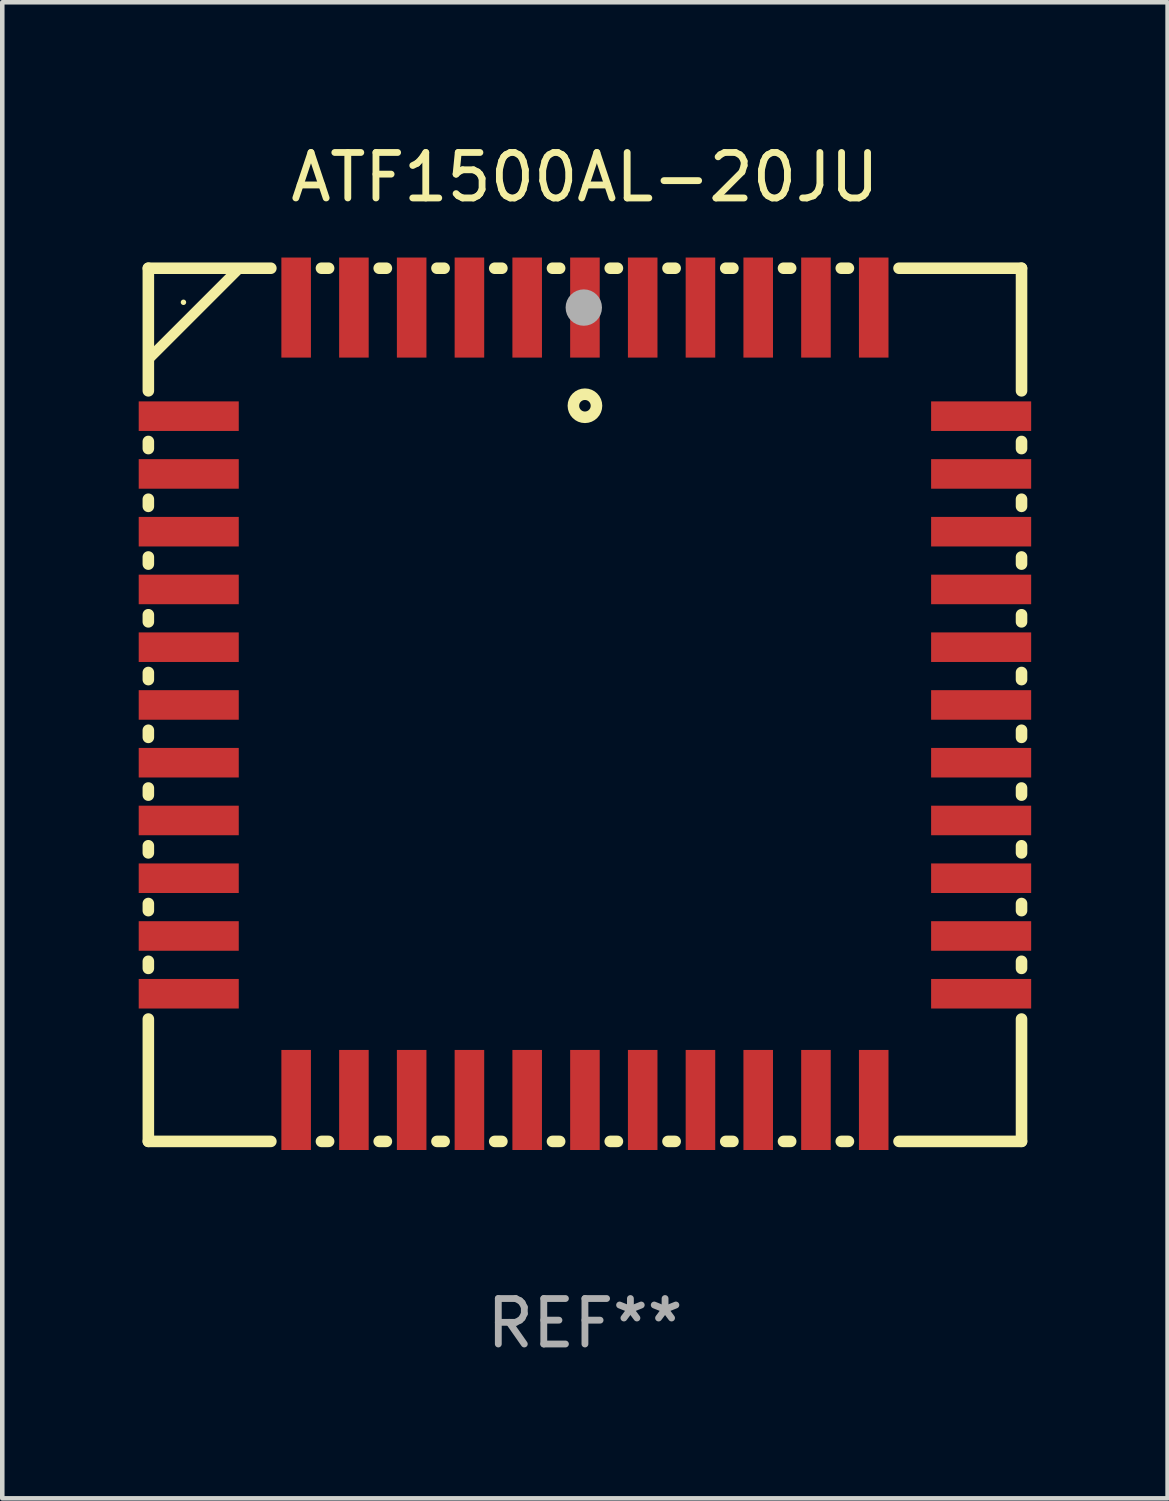
<source format=kicad_pcb>
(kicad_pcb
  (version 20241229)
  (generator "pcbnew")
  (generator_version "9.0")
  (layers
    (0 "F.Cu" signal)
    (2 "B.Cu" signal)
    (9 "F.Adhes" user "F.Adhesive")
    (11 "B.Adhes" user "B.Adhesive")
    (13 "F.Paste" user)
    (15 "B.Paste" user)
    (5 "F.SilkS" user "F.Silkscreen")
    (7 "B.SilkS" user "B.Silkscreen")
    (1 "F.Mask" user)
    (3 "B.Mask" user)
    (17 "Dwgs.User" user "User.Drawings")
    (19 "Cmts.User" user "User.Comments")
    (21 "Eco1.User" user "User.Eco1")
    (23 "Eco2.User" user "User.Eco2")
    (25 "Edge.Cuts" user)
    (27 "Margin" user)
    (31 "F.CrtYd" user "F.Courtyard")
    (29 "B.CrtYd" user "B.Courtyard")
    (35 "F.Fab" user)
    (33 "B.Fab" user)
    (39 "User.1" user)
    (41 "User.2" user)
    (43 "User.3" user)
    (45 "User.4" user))
  (footprint "ATF1500AL-20JU"
    (layer "F.Cu")
    (at 9.812 12.448)
    (property "Reference" "ATF1500AL-20JU" (at 0 -11.6 0) (layer "F.SilkS") (effects (font (size 1 1) (thickness 0.15))))
    (attr through_hole)
    (fp_line (start -9.6 -9.6) (end -6.906 -9.6) (stroke (width 0.254) (type solid)) (layer "F.SilkS"))
    (fp_line (start -9.6 -6.904) (end -9.6 -9.6) (stroke (width 0.254) (type solid)) (layer "F.SilkS"))
    (fp_line (start -9.6 -5.634) (end -9.6 -5.791) (stroke (width 0.254) (type solid)) (layer "F.SilkS"))
    (fp_line (start -9.6 -4.364) (end -9.6 -4.521) (stroke (width 0.254) (type solid)) (layer "F.SilkS"))
    (fp_line (start -9.6 -3.094) (end -9.6 -3.251) (stroke (width 0.254) (type solid)) (layer "F.SilkS"))
    (fp_line (start -9.6 -1.824) (end -9.6 -1.981) (stroke (width 0.254) (type solid)) (layer "F.SilkS"))
    (fp_line (start -9.6 -0.554) (end -9.6 -0.711) (stroke (width 0.254) (type solid)) (layer "F.SilkS"))
    (fp_line (start -9.6 0.716) (end -9.6 0.559) (stroke (width 0.254) (type solid)) (layer "F.SilkS"))
    (fp_line (start -9.6 1.986) (end -9.6 1.829) (stroke (width 0.254) (type solid)) (layer "F.SilkS"))
    (fp_line (start -9.6 3.256) (end -9.6 3.099) (stroke (width 0.254) (type solid)) (layer "F.SilkS"))
    (fp_line (start -9.6 4.526) (end -9.6 4.369) (stroke (width 0.254) (type solid)) (layer "F.SilkS"))
    (fp_line (start -9.6 5.796) (end -9.6 5.639) (stroke (width 0.254) (type solid)) (layer "F.SilkS"))
    (fp_line (start -9.6 9.6) (end -9.6 6.909) (stroke (width 0.254) (type solid)) (layer "F.SilkS"))
    (fp_line (start -7.6 -9.6) (end -9.6 -7.6) (stroke (width 0.229) (type solid)) (layer "F.SilkS"))
    (fp_line (start -6.906 9.6) (end -9.6 9.6) (stroke (width 0.254) (type solid)) (layer "F.SilkS"))
    (fp_line (start -5.794 -9.6) (end -5.636 -9.6) (stroke (width 0.254) (type solid)) (layer "F.SilkS"))
    (fp_line (start -5.636 9.6) (end -5.794 9.6) (stroke (width 0.254) (type solid)) (layer "F.SilkS"))
    (fp_line (start -4.524 -9.6) (end -4.366 -9.6) (stroke (width 0.254) (type solid)) (layer "F.SilkS"))
    (fp_line (start -4.366 9.6) (end -4.524 9.6) (stroke (width 0.254) (type solid)) (layer "F.SilkS"))
    (fp_line (start -3.254 -9.6) (end -3.096 -9.6) (stroke (width 0.254) (type solid)) (layer "F.SilkS"))
    (fp_line (start -3.096 9.6) (end -3.254 9.6) (stroke (width 0.254) (type solid)) (layer "F.SilkS"))
    (fp_line (start -1.984 -9.6) (end -1.826 -9.6) (stroke (width 0.254) (type solid)) (layer "F.SilkS"))
    (fp_line (start -1.826 9.6) (end -1.984 9.6) (stroke (width 0.254) (type solid)) (layer "F.SilkS"))
    (fp_line (start -0.714 -9.6) (end -0.556 -9.6) (stroke (width 0.254) (type solid)) (layer "F.SilkS"))
    (fp_line (start -0.556 9.6) (end -0.714 9.6) (stroke (width 0.254) (type solid)) (layer "F.SilkS"))
    (fp_line (start 0.556 -9.6) (end 0.714 -9.6) (stroke (width 0.254) (type solid)) (layer "F.SilkS"))
    (fp_line (start 0.714 9.6) (end 0.556 9.6) (stroke (width 0.254) (type solid)) (layer "F.SilkS"))
    (fp_line (start 1.826 -9.6) (end 1.984 -9.6) (stroke (width 0.254) (type solid)) (layer "F.SilkS"))
    (fp_line (start 1.984 9.6) (end 1.826 9.6) (stroke (width 0.254) (type solid)) (layer "F.SilkS"))
    (fp_line (start 3.096 -9.6) (end 3.254 -9.6) (stroke (width 0.254) (type solid)) (layer "F.SilkS"))
    (fp_line (start 3.254 9.6) (end 3.096 9.6) (stroke (width 0.254) (type solid)) (layer "F.SilkS"))
    (fp_line (start 4.366 -9.6) (end 4.524 -9.6) (stroke (width 0.254) (type solid)) (layer "F.SilkS"))
    (fp_line (start 4.524 9.6) (end 4.366 9.6) (stroke (width 0.254) (type solid)) (layer "F.SilkS"))
    (fp_line (start 5.636 -9.6) (end 5.794 -9.6) (stroke (width 0.254) (type solid)) (layer "F.SilkS"))
    (fp_line (start 5.794 9.6) (end 5.636 9.6) (stroke (width 0.254) (type solid)) (layer "F.SilkS"))
    (fp_line (start 6.906 -9.6) (end 9.6 -9.6) (stroke (width 0.254) (type solid)) (layer "F.SilkS"))
    (fp_line (start 9.6 -6.904) (end 9.6 -9.6) (stroke (width 0.254) (type solid)) (layer "F.SilkS"))
    (fp_line (start 9.6 -5.634) (end 9.6 -5.791) (stroke (width 0.254) (type solid)) (layer "F.SilkS"))
    (fp_line (start 9.6 -4.364) (end 9.6 -4.521) (stroke (width 0.254) (type solid)) (layer "F.SilkS"))
    (fp_line (start 9.6 -3.094) (end 9.6 -3.251) (stroke (width 0.254) (type solid)) (layer "F.SilkS"))
    (fp_line (start 9.6 -1.824) (end 9.6 -1.981) (stroke (width 0.254) (type solid)) (layer "F.SilkS"))
    (fp_line (start 9.6 -0.554) (end 9.6 -0.711) (stroke (width 0.254) (type solid)) (layer "F.SilkS"))
    (fp_line (start 9.6 0.716) (end 9.6 0.559) (stroke (width 0.254) (type solid)) (layer "F.SilkS"))
    (fp_line (start 9.6 1.986) (end 9.6 1.829) (stroke (width 0.254) (type solid)) (layer "F.SilkS"))
    (fp_line (start 9.6 3.256) (end 9.6 3.099) (stroke (width 0.254) (type solid)) (layer "F.SilkS"))
    (fp_line (start 9.6 4.526) (end 9.6 4.369) (stroke (width 0.254) (type solid)) (layer "F.SilkS"))
    (fp_line (start 9.6 5.796) (end 9.6 5.639) (stroke (width 0.254) (type solid)) (layer "F.SilkS"))
    (fp_line (start 9.6 9.6) (end 6.906 9.6) (stroke (width 0.254) (type solid)) (layer "F.SilkS"))
    (fp_line (start 9.6 9.6) (end 9.6 6.909) (stroke (width 0.254) (type solid)) (layer "F.SilkS"))
    (fp_line (start 9.6 9.6) (end 9.6 8.352) (stroke (width 0.229) (type solid)) (layer "F.SilkS"))
    (fp_circle (center -8.828 -8.851) (end -8.798 -8.851) (stroke (width 0.06) (type solid)) (fill no) (layer "F.SilkS"))
    (fp_circle (center 0 -6.576) (end 0.254 -6.576) (stroke (width 0.254) (type solid)) (fill no) (layer "F.SilkS"))
    (fp_circle (center -0.025 -8.735) (end 0.175 -8.735) (stroke (width 0.4) (type solid)) (fill no) (layer "F.Fab"))
    (fp_text user "REF**" (at 0 13.6 0) (layer "F.Fab") (effects (font (size 1 1) (thickness 0.15))))
    (pad "1" smd rect (at 0 -8.735 180) (size 0.65 2.2) (layers "F.Cu" "F.Mask" "F.Paste"))
    (pad "2" smd rect (at -1.27 -8.735 180) (size 0.65 2.2) (layers "F.Cu" "F.Mask" "F.Paste"))
    (pad "3" smd rect (at -2.54 -8.735 180) (size 0.65 2.2) (layers "F.Cu" "F.Mask" "F.Paste"))
    (pad "4" smd rect (at -3.81 -8.735 180) (size 0.65 2.2) (layers "F.Cu" "F.Mask" "F.Paste"))
    (pad "5" smd rect (at -5.08 -8.735 180) (size 0.65 2.2) (layers "F.Cu" "F.Mask" "F.Paste"))
    (pad "6" smd rect (at -6.35 -8.735 180) (size 0.65 2.2) (layers "F.Cu" "F.Mask" "F.Paste"))
    (pad "7" smd rect (at -8.712 -6.347 180) (size 2.2 0.65) (layers "F.Cu" "F.Mask" "F.Paste"))
    (pad "8" smd rect (at -8.712 -5.077 180) (size 2.2 0.65) (layers "F.Cu" "F.Mask" "F.Paste"))
    (pad "9" smd rect (at -8.712 -3.807 180) (size 2.2 0.65) (layers "F.Cu" "F.Mask" "F.Paste"))
    (pad "10" smd rect (at -8.712 -2.537 180) (size 2.2 0.65) (layers "F.Cu" "F.Mask" "F.Paste"))
    (pad "11" smd rect (at -8.712 -1.267 180) (size 2.2 0.65) (layers "F.Cu" "F.Mask" "F.Paste"))
    (pad "12" smd rect (at -8.712 0.003 180) (size 2.2 0.65) (layers "F.Cu" "F.Mask" "F.Paste"))
    (pad "13" smd rect (at -8.712 1.273 180) (size 2.2 0.65) (layers "F.Cu" "F.Mask" "F.Paste"))
    (pad "14" smd rect (at -8.712 2.543 180) (size 2.2 0.65) (layers "F.Cu" "F.Mask" "F.Paste"))
    (pad "15" smd rect (at -8.712 3.813 180) (size 2.2 0.65) (layers "F.Cu" "F.Mask" "F.Paste"))
    (pad "16" smd rect (at -8.712 5.083 180) (size 2.2 0.65) (layers "F.Cu" "F.Mask" "F.Paste"))
    (pad "17" smd rect (at -8.712 6.353 180) (size 2.2 0.65) (layers "F.Cu" "F.Mask" "F.Paste"))
    (pad "18" smd rect (at -6.35 8.689 180) (size 0.65 2.2) (layers "F.Cu" "F.Mask" "F.Paste"))
    (pad "19" smd rect (at -5.08 8.689 180) (size 0.65 2.2) (layers "F.Cu" "F.Mask" "F.Paste"))
    (pad "20" smd rect (at -3.81 8.689 180) (size 0.65 2.2) (layers "F.Cu" "F.Mask" "F.Paste"))
    (pad "21" smd rect (at -2.54 8.689 180) (size 0.65 2.2) (layers "F.Cu" "F.Mask" "F.Paste"))
    (pad "22" smd rect (at -1.27 8.689 180) (size 0.65 2.2) (layers "F.Cu" "F.Mask" "F.Paste"))
    (pad "23" smd rect (at 0 8.689 180) (size 0.65 2.2) (layers "F.Cu" "F.Mask" "F.Paste"))
    (pad "24" smd rect (at 1.27 8.689 180) (size 0.65 2.2) (layers "F.Cu" "F.Mask" "F.Paste"))
    (pad "25" smd rect (at 2.54 8.689 180) (size 0.65 2.2) (layers "F.Cu" "F.Mask" "F.Paste"))
    (pad "26" smd rect (at 3.81 8.689 180) (size 0.65 2.2) (layers "F.Cu" "F.Mask" "F.Paste"))
    (pad "27" smd rect (at 5.08 8.689 180) (size 0.65 2.2) (layers "F.Cu" "F.Mask" "F.Paste"))
    (pad "28" smd rect (at 6.35 8.689 180) (size 0.65 2.2) (layers "F.Cu" "F.Mask" "F.Paste"))
    (pad "29" smd rect (at 8.712 6.353 180) (size 2.2 0.65) (layers "F.Cu" "F.Mask" "F.Paste"))
    (pad "30" smd rect (at 8.712 5.083 180) (size 2.2 0.65) (layers "F.Cu" "F.Mask" "F.Paste"))
    (pad "31" smd rect (at 8.712 3.813 180) (size 2.2 0.65) (layers "F.Cu" "F.Mask" "F.Paste"))
    (pad "32" smd rect (at 8.712 2.543 180) (size 2.2 0.65) (layers "F.Cu" "F.Mask" "F.Paste"))
    (pad "33" smd rect (at 8.712 1.273 180) (size 2.2 0.65) (layers "F.Cu" "F.Mask" "F.Paste"))
    (pad "34" smd rect (at 8.712 0.003 180) (size 2.2 0.65) (layers "F.Cu" "F.Mask" "F.Paste"))
    (pad "35" smd rect (at 8.712 -1.267 180) (size 2.2 0.65) (layers "F.Cu" "F.Mask" "F.Paste"))
    (pad "36" smd rect (at 8.712 -2.537 180) (size 2.2 0.65) (layers "F.Cu" "F.Mask" "F.Paste"))
    (pad "37" smd rect (at 8.712 -3.807 180) (size 2.2 0.65) (layers "F.Cu" "F.Mask" "F.Paste"))
    (pad "38" smd rect (at 8.712 -5.077 180) (size 2.2 0.65) (layers "F.Cu" "F.Mask" "F.Paste"))
    (pad "39" smd rect (at 8.712 -6.347 180) (size 2.2 0.65) (layers "F.Cu" "F.Mask" "F.Paste"))
    (pad "40" smd rect (at 6.35 -8.735 180) (size 0.65 2.2) (layers "F.Cu" "F.Mask" "F.Paste"))
    (pad "41" smd rect (at 5.08 -8.735 180) (size 0.65 2.2) (layers "F.Cu" "F.Mask" "F.Paste"))
    (pad "42" smd rect (at 3.81 -8.735 180) (size 0.65 2.2) (layers "F.Cu" "F.Mask" "F.Paste"))
    (pad "43" smd rect (at 2.54 -8.735 180) (size 0.65 2.2) (layers "F.Cu" "F.Mask" "F.Paste"))
    (pad "44" smd rect (at 1.27 -8.735 180) (size 0.65 2.2) (layers "F.Cu" "F.Mask" "F.Paste")))
  (gr_rect
    (start -3 -3)
    (end 22.624 29.897)
    (stroke (width 0.1) (type default))
    (fill no)
    (layer "Edge.Cuts")))
</source>
